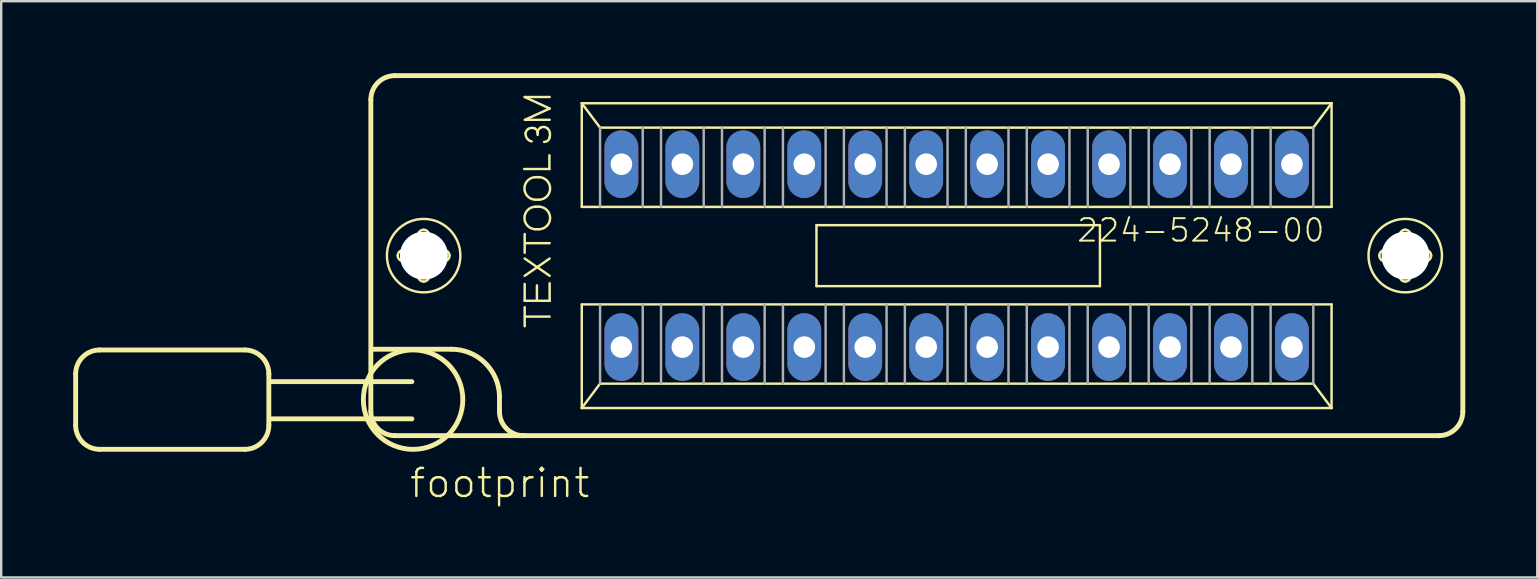
<source format=kicad_pcb>
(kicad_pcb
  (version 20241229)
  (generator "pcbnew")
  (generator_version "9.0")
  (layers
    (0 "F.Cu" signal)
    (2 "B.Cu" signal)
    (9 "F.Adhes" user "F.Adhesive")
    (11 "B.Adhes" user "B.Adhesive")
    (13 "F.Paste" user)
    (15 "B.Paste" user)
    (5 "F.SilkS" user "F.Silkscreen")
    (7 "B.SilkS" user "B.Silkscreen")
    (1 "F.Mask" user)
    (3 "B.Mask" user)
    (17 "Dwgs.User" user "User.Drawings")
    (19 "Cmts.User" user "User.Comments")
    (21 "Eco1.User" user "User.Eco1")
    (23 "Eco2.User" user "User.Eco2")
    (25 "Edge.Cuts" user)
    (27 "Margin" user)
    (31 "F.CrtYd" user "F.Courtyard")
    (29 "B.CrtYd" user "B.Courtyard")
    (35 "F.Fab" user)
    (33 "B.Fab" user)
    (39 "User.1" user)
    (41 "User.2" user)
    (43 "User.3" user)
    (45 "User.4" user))
  (footprint "footprint"
    (layer "F.Cu")
    (at 36.812 7.602)
    (property "Reference" "footprint" (at -22.86 10.16 0) (layer "F.SilkS") (effects (font (size 1.168 1.168) (thickness 0.102)) (justify left bottom)))
    (fp_line (start -36.71 4.93) (end -36.71 7.07) (stroke (width 0.203) (type solid)) (layer "F.SilkS"))
    (fp_line (start -35.71 3.93) (end -29.66 3.93) (stroke (width 0.203) (type solid)) (layer "F.SilkS"))
    (fp_line (start -29.66 8.07) (end -35.71 8.07) (stroke (width 0.203) (type solid)) (layer "F.SilkS"))
    (fp_line (start -28.66 4.93) (end -28.66 7.07) (stroke (width 0.203) (type solid)) (layer "F.SilkS"))
    (fp_line (start -24.41 6.5) (end -24.41 -6.5) (stroke (width 0.203) (type solid)) (layer "F.SilkS"))
    (fp_line (start -24.3 3.9) (end -21.05 3.9) (stroke (width 0.203) (type solid)) (layer "F.SilkS"))
    (fp_line (start -23.41 -7.5) (end 20.09 -7.5) (stroke (width 0.203) (type solid)) (layer "F.SilkS"))
    (fp_line (start -23.06 -0.23) (end -22.51 -0.23) (stroke (width 0.102) (type solid)) (layer "F.SilkS"))
    (fp_line (start -22.7 5.25) (end -28.61 5.25) (stroke (width 0.203) (type solid)) (layer "F.SilkS"))
    (fp_line (start -22.7 6.8) (end -28.61 6.8) (stroke (width 0.203) (type solid)) (layer "F.SilkS"))
    (fp_line (start -22.52 0.23) (end -23.06 0.23) (stroke (width 0.102) (type solid)) (layer "F.SilkS"))
    (fp_line (start -22.44 -0.31) (end -22.44 -0.85) (stroke (width 0.102) (type solid)) (layer "F.SilkS"))
    (fp_line (start -22.44 0.85) (end -22.44 0.3) (stroke (width 0.102) (type solid)) (layer "F.SilkS"))
    (fp_line (start -21.98 -0.85) (end -21.98 -0.3) (stroke (width 0.102) (type solid)) (layer "F.SilkS"))
    (fp_line (start -21.98 0.31) (end -21.98 0.85) (stroke (width 0.102) (type solid)) (layer "F.SilkS"))
    (fp_line (start -21.9 -0.23) (end -21.36 -0.23) (stroke (width 0.102) (type solid)) (layer "F.SilkS"))
    (fp_line (start -21.36 0.23) (end -21.91 0.23) (stroke (width 0.102) (type solid)) (layer "F.SilkS"))
    (fp_line (start -19.05 5.85) (end -19.05 6.5) (stroke (width 0.203) (type solid)) (layer "F.SilkS"))
    (fp_line (start -18.02 -3.61) (end -16.97 -3.61) (stroke (width 0.102) (type solid)) (layer "F.SilkS"))
    (fp_line (start -18 -6.61) (end -16.96 -6.61) (stroke (width 0.102) (type solid)) (layer "F.SilkS"))
    (fp_line (start -18 -0.12) (end -18 -0.9) (stroke (width 0.102) (type solid)) (layer "F.SilkS"))
    (fp_line (start -18 0.12) (end -16.96 0.84) (stroke (width 0.102) (type solid)) (layer "F.SilkS"))
    (fp_line (start -18 0.84) (end -16.96 0.12) (stroke (width 0.102) (type solid)) (layer "F.SilkS"))
    (fp_line (start -18 1.18) (end -18 1.88) (stroke (width 0.102) (type solid)) (layer "F.SilkS"))
    (fp_line (start -18 1.88) (end -16.96 1.88) (stroke (width 0.102) (type solid)) (layer "F.SilkS"))
    (fp_line (start -18 2.94) (end -18 2.15) (stroke (width 0.102) (type solid)) (layer "F.SilkS"))
    (fp_line (start -17.99 -5.66) (end -16.96 -6.13) (stroke (width 0.102) (type solid)) (layer "F.SilkS"))
    (fp_line (start -17.99 2.54) (end -16.96 2.54) (stroke (width 0.102) (type solid)) (layer "F.SilkS"))
    (fp_line (start -17.98 -0.52) (end -16.96 -0.52) (stroke (width 0.102) (type solid)) (layer "F.SilkS"))
    (fp_line (start -17.54 -3.27) (end -17.41 -3.27) (stroke (width 0.102) (type solid)) (layer "F.SilkS"))
    (fp_line (start -17.54 -2.33) (end -17.41 -2.33) (stroke (width 0.102) (type solid)) (layer "F.SilkS"))
    (fp_line (start -17.54 -2.04) (end -17.41 -2.04) (stroke (width 0.102) (type solid)) (layer "F.SilkS"))
    (fp_line (start -17.54 -1.1) (end -17.41 -1.1) (stroke (width 0.102) (type solid)) (layer "F.SilkS"))
    (fp_line (start -17.49 1.24) (end -17.49 1.84) (stroke (width 0.102) (type solid)) (layer "F.SilkS"))
    (fp_line (start -17.46 -5.03) (end -17.46 -5.12) (stroke (width 0.102) (type solid)) (layer "F.SilkS"))
    (fp_line (start -16.97 -3.61) (end -16.97 -4.18) (stroke (width 0.102) (type solid)) (layer "F.SilkS"))
    (fp_line (start -16.96 -6.13) (end -18 -6.61) (stroke (width 0.102) (type solid)) (layer "F.SilkS"))
    (fp_line (start -16.96 -5.66) (end -17.99 -5.66) (stroke (width 0.102) (type solid)) (layer "F.SilkS"))
    (fp_line (start -16.96 1.88) (end -16.96 1.15) (stroke (width 0.102) (type solid)) (layer "F.SilkS"))
    (fp_line (start -15.621 -6.35) (end 15.621 -6.35) (stroke (width 0.102) (type solid)) (layer "F.SilkS"))
    (fp_line (start -15.621 -2.032) (end -15.621 -6.35) (stroke (width 0.102) (type solid)) (layer "F.SilkS"))
    (fp_line (start -15.621 2.032) (end 15.621 2.032) (stroke (width 0.102) (type solid)) (layer "F.SilkS"))
    (fp_line (start -15.621 6.35) (end -15.621 2.032) (stroke (width 0.102) (type solid)) (layer "F.SilkS"))
    (fp_line (start -15.621 6.35) (end -14.859 5.334) (stroke (width 0.102) (type solid)) (layer "F.SilkS"))
    (fp_line (start -14.859 -5.334) (end -15.621 -6.35) (stroke (width 0.102) (type solid)) (layer "F.SilkS"))
    (fp_line (start -14.859 5.334) (end 14.859 5.334) (stroke (width 0.102) (type solid)) (layer "F.SilkS"))
    (fp_line (start -5.842 -1.27) (end 5.969 -1.27) (stroke (width 0.102) (type solid)) (layer "F.SilkS"))
    (fp_line (start -5.842 1.27) (end -5.842 -1.27) (stroke (width 0.102) (type solid)) (layer "F.SilkS"))
    (fp_line (start 5.969 -1.27) (end 5.969 1.27) (stroke (width 0.102) (type solid)) (layer "F.SilkS"))
    (fp_line (start 5.969 1.27) (end -5.842 1.27) (stroke (width 0.102) (type solid)) (layer "F.SilkS"))
    (fp_line (start 14.859 -5.334) (end -14.859 -5.334) (stroke (width 0.102) (type solid)) (layer "F.SilkS"))
    (fp_line (start 14.859 5.334) (end 15.621 6.35) (stroke (width 0.102) (type solid)) (layer "F.SilkS"))
    (fp_line (start 15.621 -6.35) (end 14.859 -5.334) (stroke (width 0.102) (type solid)) (layer "F.SilkS"))
    (fp_line (start 15.621 -6.35) (end 15.621 -2.032) (stroke (width 0.102) (type solid)) (layer "F.SilkS"))
    (fp_line (start 15.621 -2.032) (end -15.621 -2.032) (stroke (width 0.102) (type solid)) (layer "F.SilkS"))
    (fp_line (start 15.621 2.032) (end 15.621 6.35) (stroke (width 0.102) (type solid)) (layer "F.SilkS"))
    (fp_line (start 15.621 6.35) (end -15.621 6.35) (stroke (width 0.102) (type solid)) (layer "F.SilkS"))
    (fp_line (start 17.84 -0.23) (end 18.39 -0.23) (stroke (width 0.102) (type solid)) (layer "F.SilkS"))
    (fp_line (start 18.38 0.23) (end 17.84 0.23) (stroke (width 0.102) (type solid)) (layer "F.SilkS"))
    (fp_line (start 18.46 -0.31) (end 18.46 -0.85) (stroke (width 0.102) (type solid)) (layer "F.SilkS"))
    (fp_line (start 18.46 0.85) (end 18.46 0.3) (stroke (width 0.102) (type solid)) (layer "F.SilkS"))
    (fp_line (start 18.92 -0.85) (end 18.92 -0.3) (stroke (width 0.102) (type solid)) (layer "F.SilkS"))
    (fp_line (start 18.92 0.31) (end 18.92 0.85) (stroke (width 0.102) (type solid)) (layer "F.SilkS"))
    (fp_line (start 19 -0.23) (end 19.54 -0.23) (stroke (width 0.102) (type solid)) (layer "F.SilkS"))
    (fp_line (start 19.54 0.23) (end 18.99 0.23) (stroke (width 0.102) (type solid)) (layer "F.SilkS"))
    (fp_line (start 20.09 7.5) (end -23.41 7.5) (stroke (width 0.203) (type solid)) (layer "F.SilkS"))
    (fp_line (start 21.09 -6.5) (end 21.09 6.5) (stroke (width 0.203) (type solid)) (layer "F.SilkS"))
    (fp_arc (start -36.71 4.93) (mid -36.417107 4.222893) (end -35.71 3.93) (stroke (width 0.2032) (type solid)) (layer "F.SilkS"))
    (fp_arc (start -35.71 8.07) (mid -36.417107 7.777107) (end -36.71 7.07) (stroke (width 0.2032) (type solid)) (layer "F.SilkS"))
    (fp_arc (start -29.66 3.93) (mid -28.952893 4.222893) (end -28.66 4.93) (stroke (width 0.2032) (type solid)) (layer "F.SilkS"))
    (fp_arc (start -28.66 7.07) (mid -28.952893 7.777107) (end -29.66 8.07) (stroke (width 0.2032) (type solid)) (layer "F.SilkS"))
    (fp_arc (start -24.41 -6.5) (mid -24.117107 -7.207107) (end -23.41 -7.5) (stroke (width 0.2032) (type solid)) (layer "F.SilkS"))
    (fp_arc (start -23.41 7.5) (mid -24.117107 7.207107) (end -24.41 6.5) (stroke (width 0.2032) (type solid)) (layer "F.SilkS"))
    (fp_arc (start -23.29 0) (mid -23.222635 -0.162635) (end -23.06 -0.23) (stroke (width 0.1016) (type solid)) (layer "F.SilkS"))
    (fp_arc (start -23.06 0.23) (mid -23.222635 0.162635) (end -23.29 0) (stroke (width 0.1016) (type solid)) (layer "F.SilkS"))
    (fp_arc (start -22.52 0.23) (mid -22.470503 0.250503) (end -22.45 0.3) (stroke (width 0.1016) (type solid)) (layer "F.SilkS"))
    (fp_arc (start -22.44 -0.85) (mid -22.372635 -1.012635) (end -22.21 -1.08) (stroke (width 0.1016) (type solid)) (layer "F.SilkS"))
    (fp_arc (start -22.44 -0.3) (mid -22.460503 -0.250503) (end -22.51 -0.23) (stroke (width 0.1016) (type solid)) (layer "F.SilkS"))
    (fp_arc (start -22.21 -1.08) (mid -22.047365 -1.012635) (end -21.98 -0.85) (stroke (width 0.1016) (type solid)) (layer "F.SilkS"))
    (fp_arc (start -22.21 1.08) (mid -22.372635 1.012635) (end -22.44 0.85) (stroke (width 0.1016) (type solid)) (layer "F.SilkS"))
    (fp_arc (start -21.98 0.3) (mid -21.959497 0.250503) (end -21.91 0.23) (stroke (width 0.1016) (type solid)) (layer "F.SilkS"))
    (fp_arc (start -21.98 0.85) (mid -22.047365 1.012635) (end -22.21 1.08) (stroke (width 0.1016) (type solid)) (layer "F.SilkS"))
    (fp_arc (start -21.91 -0.23) (mid -21.959497 -0.250503) (end -21.98 -0.3) (stroke (width 0.1016) (type solid)) (layer "F.SilkS"))
    (fp_arc (start -21.36 -0.23) (mid -21.197365 -0.162635) (end -21.13 0) (stroke (width 0.1016) (type solid)) (layer "F.SilkS"))
    (fp_arc (start -21.13 0) (mid -21.197365 0.162635) (end -21.36 0.23) (stroke (width 0.1016) (type solid)) (layer "F.SilkS"))
    (fp_arc (start -21.05 3.9) (mid -19.653341 4.468169) (end -19.05 5.849998) (stroke (width 0.2032) (type solid)) (layer "F.SilkS"))
    (fp_arc (start -17.999998 7.499999) (mid -18.739284 7.225) (end -19.05 6.5) (stroke (width 0.2032) (type solid)) (layer "F.SilkS"))
    (fp_arc (start -17.96 -5.109999) (mid -17.924621 -5.207696) (end -17.85 -5.28) (stroke (width 0.1016) (type solid)) (layer "F.SilkS"))
    (fp_arc (start -17.85 -5.28) (mid -17.717382 -5.322157) (end -17.58 -5.3) (stroke (width 0.1016) (type solid)) (layer "F.SilkS"))
    (fp_arc (start -17.710001 -4.759999) (mid -17.90297 -4.88645) (end -17.96 -5.11) (stroke (width 0.1016) (type solid)) (layer "F.SilkS"))
    (fp_arc (start -17.580001 -5.299999) (mid -17.492751 -5.228166) (end -17.46 -5.12) (stroke (width 0.1016) (type solid)) (layer "F.SilkS"))
    (fp_arc (start -17.54 -2.33) (mid -18.01 -2.8) (end -17.54 -3.27) (stroke (width 0.1016) (type solid)) (layer "F.SilkS"))
    (fp_arc (start -17.54 -1.1) (mid -18.01 -1.57) (end -17.54 -2.04) (stroke (width 0.1016) (type solid)) (layer "F.SilkS"))
    (fp_arc (start -17.46 -5.12) (mid -17.42789 -5.240938) (end -17.339999 -5.330001) (stroke (width 0.1016) (type solid)) (layer "F.SilkS"))
    (fp_arc (start -17.41 -3.27) (mid -16.94 -2.8) (end -17.41 -2.33) (stroke (width 0.1016) (type solid)) (layer "F.SilkS"))
    (fp_arc (start -17.41 -2.04) (mid -16.94 -1.57) (end -17.41 -1.1) (stroke (width 0.1016) (type solid)) (layer "F.SilkS"))
    (fp_arc (start -17.34 -5.33) (mid -17.196885 -5.363595) (end -17.059999 -5.309999) (stroke (width 0.1016) (type solid)) (layer "F.SilkS"))
    (fp_arc (start -17.06 -5.31) (mid -16.985084 -5.220954) (end -16.95 -5.110001) (stroke (width 0.1016) (type solid)) (layer "F.SilkS"))
    (fp_arc (start -16.96 -4.92) (mid -17.042524 -4.788503) (end -17.19 -4.740001) (stroke (width 0.1016) (type solid)) (layer "F.SilkS"))
    (fp_arc (start -16.95 -5.11) (mid -16.947277 -5.014593) (end -16.96 -4.92) (stroke (width 0.1016) (type solid)) (layer "F.SilkS"))
    (fp_arc (start 17.61 0) (mid 17.677365 -0.162635) (end 17.84 -0.23) (stroke (width 0.1016) (type solid)) (layer "F.SilkS"))
    (fp_arc (start 17.84 0.23) (mid 17.677365 0.162635) (end 17.61 0) (stroke (width 0.1016) (type solid)) (layer "F.SilkS"))
    (fp_arc (start 18.38 0.23) (mid 18.429497 0.250503) (end 18.45 0.3) (stroke (width 0.1016) (type solid)) (layer "F.SilkS"))
    (fp_arc (start 18.46 -0.85) (mid 18.527365 -1.012635) (end 18.69 -1.08) (stroke (width 0.1016) (type solid)) (layer "F.SilkS"))
    (fp_arc (start 18.46 -0.3) (mid 18.439497 -0.250503) (end 18.39 -0.23) (stroke (width 0.1016) (type solid)) (layer "F.SilkS"))
    (fp_arc (start 18.69 -1.08) (mid 18.852635 -1.012635) (end 18.92 -0.85) (stroke (width 0.1016) (type solid)) (layer "F.SilkS"))
    (fp_arc (start 18.69 1.08) (mid 18.527365 1.012635) (end 18.46 0.85) (stroke (width 0.1016) (type solid)) (layer "F.SilkS"))
    (fp_arc (start 18.92 0.3) (mid 18.940503 0.250503) (end 18.99 0.23) (stroke (width 0.1016) (type solid)) (layer "F.SilkS"))
    (fp_arc (start 18.92 0.85) (mid 18.852635 1.012635) (end 18.69 1.08) (stroke (width 0.1016) (type solid)) (layer "F.SilkS"))
    (fp_arc (start 18.99 -0.23) (mid 18.940503 -0.250503) (end 18.92 -0.3) (stroke (width 0.1016) (type solid)) (layer "F.SilkS"))
    (fp_arc (start 19.54 -0.23) (mid 19.702635 -0.162635) (end 19.77 0) (stroke (width 0.1016) (type solid)) (layer "F.SilkS"))
    (fp_arc (start 19.77 0) (mid 19.702635 0.162635) (end 19.54 0.23) (stroke (width 0.1016) (type solid)) (layer "F.SilkS"))
    (fp_arc (start 20.09 -7.5) (mid 20.797107 -7.207107) (end 21.09 -6.5) (stroke (width 0.2032) (type solid)) (layer "F.SilkS"))
    (fp_arc (start 21.09 6.5) (mid 20.797107 7.207107) (end 20.09 7.5) (stroke (width 0.2032) (type solid)) (layer "F.SilkS"))
    (fp_circle (center -22.65 6) (end -20.578 6) (stroke (width 0.203) (type solid)) (fill no) (layer "F.SilkS"))
    (fp_circle (center -22.21 0) (end -20.68 0) (stroke (width 0.102) (type solid)) (fill no) (layer "F.SilkS"))
    (fp_circle (center 18.69 0) (end 20.22 0) (stroke (width 0.102) (type solid)) (fill no) (layer "F.SilkS"))
    (fp_line (start -14.859 -5.334) (end -14.859 -2.032) (stroke (width 0.102) (type solid)) (layer "F.Fab"))
    (fp_line (start -14.859 2.032) (end -14.859 5.334) (stroke (width 0.102) (type solid)) (layer "F.Fab"))
    (fp_line (start -13.081 -2.032) (end -13.081 -5.334) (stroke (width 0.102) (type solid)) (layer "F.Fab"))
    (fp_line (start -13.081 2.032) (end -13.081 5.334) (stroke (width 0.102) (type solid)) (layer "F.Fab"))
    (fp_line (start -12.319 -2.032) (end -12.319 -5.334) (stroke (width 0.102) (type solid)) (layer "F.Fab"))
    (fp_line (start -12.319 2.032) (end -12.319 5.334) (stroke (width 0.102) (type solid)) (layer "F.Fab"))
    (fp_line (start -10.541 -2.032) (end -10.541 -5.334) (stroke (width 0.102) (type solid)) (layer "F.Fab"))
    (fp_line (start -10.541 2.032) (end -10.541 5.334) (stroke (width 0.102) (type solid)) (layer "F.Fab"))
    (fp_line (start -9.779 -2.032) (end -9.779 -5.334) (stroke (width 0.102) (type solid)) (layer "F.Fab"))
    (fp_line (start -9.779 2.032) (end -9.779 5.334) (stroke (width 0.102) (type solid)) (layer "F.Fab"))
    (fp_line (start -8.001 -2.032) (end -8.001 -5.334) (stroke (width 0.102) (type solid)) (layer "F.Fab"))
    (fp_line (start -8.001 2.032) (end -8.001 5.334) (stroke (width 0.102) (type solid)) (layer "F.Fab"))
    (fp_line (start -7.239 -2.032) (end -7.239 -5.334) (stroke (width 0.102) (type solid)) (layer "F.Fab"))
    (fp_line (start -7.239 2.032) (end -7.239 5.334) (stroke (width 0.102) (type solid)) (layer "F.Fab"))
    (fp_line (start -5.461 -2.032) (end -5.461 -5.334) (stroke (width 0.102) (type solid)) (layer "F.Fab"))
    (fp_line (start -5.461 2.032) (end -5.461 5.334) (stroke (width 0.102) (type solid)) (layer "F.Fab"))
    (fp_line (start -4.699 -2.032) (end -4.699 -5.334) (stroke (width 0.102) (type solid)) (layer "F.Fab"))
    (fp_line (start -4.699 2.032) (end -4.699 5.334) (stroke (width 0.102) (type solid)) (layer "F.Fab"))
    (fp_line (start -2.921 -2.032) (end -2.921 -5.334) (stroke (width 0.102) (type solid)) (layer "F.Fab"))
    (fp_line (start -2.921 2.032) (end -2.921 5.334) (stroke (width 0.102) (type solid)) (layer "F.Fab"))
    (fp_line (start -2.159 -2.032) (end -2.159 -5.334) (stroke (width 0.102) (type solid)) (layer "F.Fab"))
    (fp_line (start -2.159 2.032) (end -2.159 5.334) (stroke (width 0.102) (type solid)) (layer "F.Fab"))
    (fp_line (start -0.381 -2.032) (end -0.381 -5.334) (stroke (width 0.102) (type solid)) (layer "F.Fab"))
    (fp_line (start -0.381 2.032) (end -0.381 5.334) (stroke (width 0.102) (type solid)) (layer "F.Fab"))
    (fp_line (start 0.381 -2.032) (end 0.381 -5.334) (stroke (width 0.102) (type solid)) (layer "F.Fab"))
    (fp_line (start 0.381 2.032) (end 0.381 5.334) (stroke (width 0.102) (type solid)) (layer "F.Fab"))
    (fp_line (start 2.159 -2.032) (end 2.159 -5.334) (stroke (width 0.102) (type solid)) (layer "F.Fab"))
    (fp_line (start 2.159 2.032) (end 2.159 5.334) (stroke (width 0.102) (type solid)) (layer "F.Fab"))
    (fp_line (start 2.921 -2.032) (end 2.921 -5.334) (stroke (width 0.102) (type solid)) (layer "F.Fab"))
    (fp_line (start 2.921 2.032) (end 2.921 5.334) (stroke (width 0.102) (type solid)) (layer "F.Fab"))
    (fp_line (start 4.699 -2.032) (end 4.699 -5.334) (stroke (width 0.102) (type solid)) (layer "F.Fab"))
    (fp_line (start 4.699 2.032) (end 4.699 5.334) (stroke (width 0.102) (type solid)) (layer "F.Fab"))
    (fp_line (start 5.461 -2.032) (end 5.461 -5.334) (stroke (width 0.102) (type solid)) (layer "F.Fab"))
    (fp_line (start 5.461 2.032) (end 5.461 5.334) (stroke (width 0.102) (type solid)) (layer "F.Fab"))
    (fp_line (start 7.239 -2.032) (end 7.239 -5.334) (stroke (width 0.102) (type solid)) (layer "F.Fab"))
    (fp_line (start 7.239 2.032) (end 7.239 5.334) (stroke (width 0.102) (type solid)) (layer "F.Fab"))
    (fp_line (start 8.001 -2.032) (end 8.001 -5.334) (stroke (width 0.102) (type solid)) (layer "F.Fab"))
    (fp_line (start 8.001 2.032) (end 8.001 5.334) (stroke (width 0.102) (type solid)) (layer "F.Fab"))
    (fp_line (start 9.779 -2.032) (end 9.779 -5.334) (stroke (width 0.102) (type solid)) (layer "F.Fab"))
    (fp_line (start 9.779 2.032) (end 9.779 5.334) (stroke (width 0.102) (type solid)) (layer "F.Fab"))
    (fp_line (start 10.541 -2.032) (end 10.541 -5.334) (stroke (width 0.102) (type solid)) (layer "F.Fab"))
    (fp_line (start 10.541 2.032) (end 10.541 5.334) (stroke (width 0.102) (type solid)) (layer "F.Fab"))
    (fp_line (start 12.319 -2.032) (end 12.319 -5.334) (stroke (width 0.102) (type solid)) (layer "F.Fab"))
    (fp_line (start 12.319 2.032) (end 12.319 5.334) (stroke (width 0.102) (type solid)) (layer "F.Fab"))
    (fp_line (start 13.081 -2.032) (end 13.081 -5.334) (stroke (width 0.102) (type solid)) (layer "F.Fab"))
    (fp_line (start 13.081 2.032) (end 13.081 5.334) (stroke (width 0.102) (type solid)) (layer "F.Fab"))
    (fp_line (start 14.859 -2.032) (end 14.859 -5.334) (stroke (width 0.102) (type solid)) (layer "F.Fab"))
    (fp_line (start 14.859 5.334) (end 14.859 2.032) (stroke (width 0.102) (type solid)) (layer "F.Fab"))
    (fp_text user "224-5248-00" (at 4.953 -0.508 180) (layer "F.SilkS") (effects (font (size 0.935 0.935) (thickness 0.081)) (justify left bottom)))
    (pad "" np_thru_hole circle (at -22.2 0) (size 2 2) (drill 2) (layers "*.Cu" "*.Mask"))
    (pad "" np_thru_hole circle (at 18.7 0) (size 2 2) (drill 2) (layers "*.Cu" "*.Mask"))
    (pad "1" thru_hole oval (at -13.97 3.81 90) (size 2.816 1.408) (drill 0.9) (layers "*.Cu" "*.Mask"))
    (pad "2" thru_hole oval (at -11.43 3.81 90) (size 2.816 1.408) (drill 0.9) (layers "*.Cu" "*.Mask"))
    (pad "3" thru_hole oval (at -8.89 3.81 90) (size 2.816 1.408) (drill 0.9) (layers "*.Cu" "*.Mask"))
    (pad "4" thru_hole oval (at -6.35 3.81 90) (size 2.816 1.408) (drill 0.9) (layers "*.Cu" "*.Mask"))
    (pad "5" thru_hole oval (at -3.81 3.81 90) (size 2.816 1.408) (drill 0.9) (layers "*.Cu" "*.Mask"))
    (pad "6" thru_hole oval (at -1.27 3.81 90) (size 2.816 1.408) (drill 0.9) (layers "*.Cu" "*.Mask"))
    (pad "7" thru_hole oval (at 1.27 3.81 90) (size 2.816 1.408) (drill 0.9) (layers "*.Cu" "*.Mask"))
    (pad "8" thru_hole oval (at 3.81 3.81 90) (size 2.816 1.408) (drill 0.9) (layers "*.Cu" "*.Mask"))
    (pad "9" thru_hole oval (at 6.35 3.81 90) (size 2.816 1.408) (drill 0.9) (layers "*.Cu" "*.Mask"))
    (pad "10" thru_hole oval (at 8.89 3.81 90) (size 2.816 1.408) (drill 0.9) (layers "*.Cu" "*.Mask"))
    (pad "11" thru_hole oval (at 11.43 3.81 90) (size 2.816 1.408) (drill 0.9) (layers "*.Cu" "*.Mask"))
    (pad "12" thru_hole oval (at 13.97 3.81 90) (size 2.816 1.408) (drill 0.9) (layers "*.Cu" "*.Mask"))
    (pad "13" thru_hole oval (at 13.97 -3.81 90) (size 2.816 1.408) (drill 0.9) (layers "*.Cu" "*.Mask"))
    (pad "14" thru_hole oval (at 11.43 -3.81 90) (size 2.816 1.408) (drill 0.9) (layers "*.Cu" "*.Mask"))
    (pad "15" thru_hole oval (at 8.89 -3.81 90) (size 2.816 1.408) (drill 0.9) (layers "*.Cu" "*.Mask"))
    (pad "16" thru_hole oval (at 6.35 -3.81 90) (size 2.816 1.408) (drill 0.9) (layers "*.Cu" "*.Mask"))
    (pad "17" thru_hole oval (at 3.81 -3.81 90) (size 2.816 1.408) (drill 0.9) (layers "*.Cu" "*.Mask"))
    (pad "18" thru_hole oval (at 1.27 -3.81 90) (size 2.816 1.408) (drill 0.9) (layers "*.Cu" "*.Mask"))
    (pad "19" thru_hole oval (at -1.27 -3.81 90) (size 2.816 1.408) (drill 0.9) (layers "*.Cu" "*.Mask"))
    (pad "20" thru_hole oval (at -3.81 -3.81 90) (size 2.816 1.408) (drill 0.9) (layers "*.Cu" "*.Mask"))
    (pad "21" thru_hole oval (at -6.35 -3.81 90) (size 2.816 1.408) (drill 0.9) (layers "*.Cu" "*.Mask"))
    (pad "22" thru_hole oval (at -8.89 -3.81 90) (size 2.816 1.408) (drill 0.9) (layers "*.Cu" "*.Mask"))
    (pad "23" thru_hole oval (at -11.43 -3.81 90) (size 2.816 1.408) (drill 0.9) (layers "*.Cu" "*.Mask"))
    (pad "24" thru_hole oval (at -13.97 -3.81 90) (size 2.816 1.408) (drill 0.9) (layers "*.Cu" "*.Mask")))
  (gr_rect
    (start -3 -3)
    (end 61.003 21.012)
    (stroke (width 0.1) (type default))
    (fill no)
    (layer "Edge.Cuts")))
</source>
